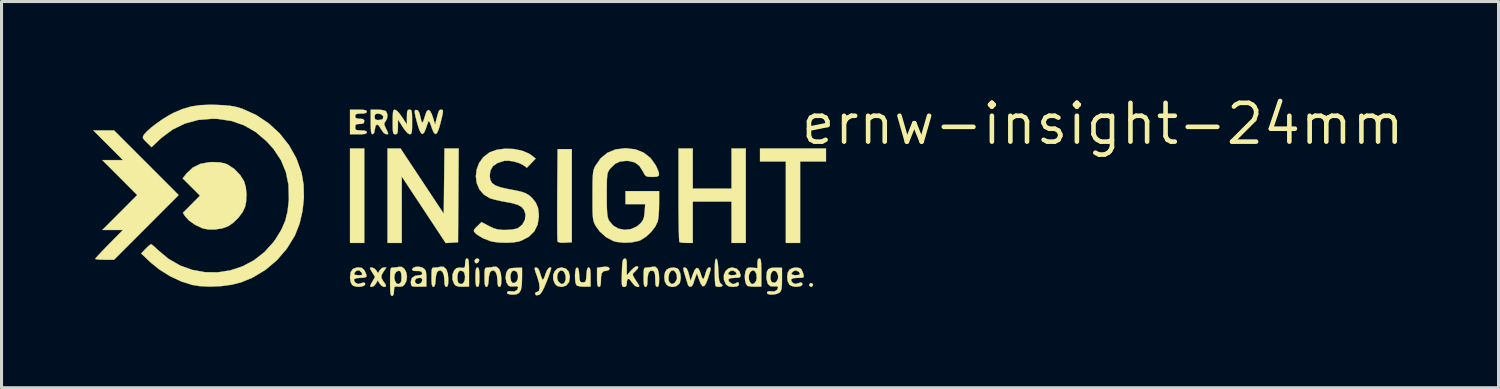
<source format=kicad_pcb>
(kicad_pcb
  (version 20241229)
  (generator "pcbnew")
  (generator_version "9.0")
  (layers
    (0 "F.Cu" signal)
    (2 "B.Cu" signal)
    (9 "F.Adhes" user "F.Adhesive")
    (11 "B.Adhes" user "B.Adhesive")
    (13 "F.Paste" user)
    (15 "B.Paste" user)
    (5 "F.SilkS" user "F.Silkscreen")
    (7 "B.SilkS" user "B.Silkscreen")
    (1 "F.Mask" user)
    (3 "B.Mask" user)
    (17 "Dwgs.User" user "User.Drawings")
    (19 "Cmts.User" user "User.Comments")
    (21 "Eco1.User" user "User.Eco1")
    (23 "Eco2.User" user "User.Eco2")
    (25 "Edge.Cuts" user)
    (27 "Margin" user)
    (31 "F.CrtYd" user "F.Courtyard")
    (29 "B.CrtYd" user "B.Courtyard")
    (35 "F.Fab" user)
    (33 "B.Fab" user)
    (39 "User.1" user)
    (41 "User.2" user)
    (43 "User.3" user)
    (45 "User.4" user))
  (footprint "ernw-insight-24mm"
    (layer "F.Cu")
    (at 33.045 1.006)
    (property "Reference" "ernw-insight-24mm" (at 0 0 0) (layer "F.SilkS") (effects (font (size 1.27 1.27) (thickness 0.15))))
    (attr through_hole)
    (fp_poly (pts (xy -24.172 3.895) (xy -24.638 3.895) (xy -24.638 0.804) (xy -24.172 0.804) (xy -24.172 3.895)) (stroke (width 0.01) (type solid)) (fill yes) (layer "F.SilkS"))
    (fp_poly (pts (xy -20.414 4.435) (xy -20.412 4.473) (xy -20.451 4.544) (xy -20.511 4.562) (xy -20.551 4.532) (xy -20.558 4.459) (xy -20.503 4.409) (xy -20.463 4.403) (xy -20.414 4.435)) (stroke (width 0.01) (type solid)) (fill yes) (layer "F.SilkS"))
    (fp_poly (pts (xy -9.49 5.241) (xy -9.483 5.271) (xy -9.517 5.327) (xy -9.546 5.334) (xy -9.602 5.3) (xy -9.61 5.271) (xy -9.576 5.214) (xy -9.546 5.207) (xy -9.49 5.241)) (stroke (width 0.01) (type solid)) (fill yes) (layer "F.SilkS"))
    (fp_poly (pts (xy -9.059 1.228) (xy -9.906 1.228) (xy -9.906 3.895) (xy -10.372 3.895) (xy -10.372 1.228) (xy -11.218 1.228) (xy -11.218 0.804) (xy -9.059 0.804) (xy -9.059 1.228)) (stroke (width 0.01) (type solid)) (fill yes) (layer "F.SilkS"))
    (fp_poly (pts (xy -17.378 3.873) (xy -17.601 3.886) (xy -17.753 3.886) (xy -17.832 3.861) (xy -17.845 3.844) (xy -17.849 3.79) (xy -17.853 3.661) (xy -17.855 3.468) (xy -17.857 3.22) (xy -17.857 2.928) (xy -17.856 2.602) (xy -17.855 2.307) (xy -17.843 0.826) (xy -17.378 0.826) (xy -17.378 3.873)) (stroke (width 0.01) (type solid)) (fill yes) (layer "F.SilkS"))
    (fp_poly (pts (xy -22.277 1.873) (xy -21.569 2.942) (xy -21.558 1.873) (xy -21.546 0.804) (xy -21.081 0.804) (xy -21.092 2.339) (xy -21.103 3.873) (xy -21.305 3.886) (xy -21.506 3.899) (xy -22.225 2.81) (xy -22.945 1.72) (xy -22.945 3.895) (xy -23.41 3.895) (xy -23.41 0.804) (xy -22.985 0.804) (xy -22.277 1.873)) (stroke (width 0.01) (type solid)) (fill yes) (layer "F.SilkS"))
    (fp_poly (pts (xy -20.435 4.716) (xy -20.415 4.776) (xy -20.406 4.895) (xy -20.405 5.016) (xy -20.408 5.184) (xy -20.42 5.282) (xy -20.444 5.327) (xy -20.468 5.334) (xy -20.502 5.317) (xy -20.521 5.257) (xy -20.53 5.138) (xy -20.532 5.016) (xy -20.528 4.849) (xy -20.516 4.751) (xy -20.493 4.706) (xy -20.468 4.699) (xy -20.435 4.716)) (stroke (width 0.01) (type solid)) (fill yes) (layer "F.SilkS"))
    (fp_poly (pts (xy -16.194 4.683) (xy -16.188 4.685) (xy -16.141 4.73) (xy -16.16 4.779) (xy -16.231 4.805) (xy -16.239 4.805) (xy -16.339 4.822) (xy -16.397 4.883) (xy -16.422 5.003) (xy -16.425 5.104) (xy -16.431 5.243) (xy -16.452 5.315) (xy -16.489 5.334) (xy -16.523 5.317) (xy -16.542 5.256) (xy -16.551 5.136) (xy -16.552 5.022) (xy -16.552 4.71) (xy -16.402 4.686) (xy -16.283 4.675) (xy -16.194 4.683)) (stroke (width 0.01) (type solid)) (fill yes) (layer "F.SilkS"))
    (fp_poly (pts (xy -31.305 1.27) (xy -30.248 2.328) (xy -31.305 3.387) (xy -32.363 4.445) (xy -32.67 4.445) (xy -32.819 4.442) (xy -32.929 4.432) (xy -32.977 4.419) (xy -32.978 4.418) (xy -32.949 4.379) (xy -32.872 4.292) (xy -32.755 4.168) (xy -32.609 4.016) (xy -32.525 3.931) (xy -32.072 3.471) (xy -32.744 3.471) (xy -31.603 2.328) (xy -32.744 1.185) (xy -32.069 1.185) (xy -32.554 0.699) (xy -33.04 0.212) (xy -32.363 0.212) (xy -31.305 1.27)) (stroke (width 0.01) (type solid)) (fill yes) (layer "F.SilkS"))
    (fp_poly (pts (xy -13.42 2.117) (xy -12.15 2.117) (xy -12.15 0.804) (xy -11.684 0.804) (xy -11.684 3.895) (xy -12.15 3.895) (xy -12.15 2.54) (xy -13.42 2.54) (xy -13.42 3.895) (xy -13.624 3.895) (xy -13.75 3.889) (xy -13.837 3.876) (xy -13.857 3.866) (xy -13.864 3.819) (xy -13.87 3.697) (xy -13.875 3.509) (xy -13.879 3.266) (xy -13.883 2.977) (xy -13.885 2.652) (xy -13.885 2.321) (xy -13.885 0.804) (xy -13.42 0.804) (xy -13.42 2.117)) (stroke (width 0.01) (type solid)) (fill yes) (layer "F.SilkS"))
    (fp_poly (pts (xy -12.647 4.413) (xy -12.616 4.464) (xy -12.595 4.594) (xy -12.582 4.806) (xy -12.582 4.808) (xy -12.571 5.008) (xy -12.552 5.137) (xy -12.524 5.205) (xy -12.508 5.219) (xy -12.454 5.27) (xy -12.446 5.294) (xy -12.481 5.323) (xy -12.558 5.334) (xy -12.638 5.324) (xy -12.672 5.306) (xy -12.683 5.254) (xy -12.693 5.137) (xy -12.699 4.973) (xy -12.7 4.837) (xy -12.697 4.63) (xy -12.689 4.497) (xy -12.673 4.428) (xy -12.649 4.413) (xy -12.647 4.413)) (stroke (width 0.01) (type solid)) (fill yes) (layer "F.SilkS"))
    (fp_poly (pts (xy -16.793 4.718) (xy -16.773 4.783) (xy -16.765 4.911) (xy -16.764 5.011) (xy -16.764 5.323) (xy -16.968 5.328) (xy -17.099 5.321) (xy -17.197 5.297) (xy -17.222 5.282) (xy -17.253 5.213) (xy -17.27 5.098) (xy -17.274 4.964) (xy -17.265 4.835) (xy -17.244 4.738) (xy -17.211 4.699) (xy -17.211 4.699) (xy -17.172 4.725) (xy -17.148 4.812) (xy -17.137 4.942) (xy -17.127 5.08) (xy -17.109 5.152) (xy -17.073 5.181) (xy -17.018 5.186) (xy -16.958 5.179) (xy -16.925 5.147) (xy -16.908 5.067) (xy -16.899 4.942) (xy -16.885 4.794) (xy -16.859 4.717) (xy -16.825 4.699) (xy -16.793 4.718)) (stroke (width 0.01) (type solid)) (fill yes) (layer "F.SilkS"))
    (fp_poly (pts (xy -17.574 4.735) (xy -17.48 4.836) (xy -17.442 4.994) (xy -17.441 5.016) (xy -17.472 5.18) (xy -17.56 5.289) (xy -17.697 5.333) (xy -17.716 5.334) (xy -17.851 5.307) (xy -17.926 5.24) (xy -17.988 5.095) (xy -17.989 5.04) (xy -17.86 5.04) (xy -17.83 5.141) (xy -17.798 5.183) (xy -17.718 5.242) (xy -17.652 5.228) (xy -17.613 5.189) (xy -17.577 5.092) (xy -17.582 4.968) (xy -17.622 4.857) (xy -17.666 4.809) (xy -17.746 4.796) (xy -17.81 4.845) (xy -17.85 4.933) (xy -17.86 5.04) (xy -17.989 5.04) (xy -17.989 4.947) (xy -17.936 4.818) (xy -17.838 4.729) (xy -17.716 4.699) (xy -17.574 4.735)) (stroke (width 0.01) (type solid)) (fill yes) (layer "F.SilkS"))
    (fp_poly (pts (xy -28.902 1.259) (xy -28.733 1.294) (xy -28.643 1.331) (xy -28.426 1.475) (xy -28.236 1.67) (xy -28.105 1.88) (xy -28.049 2.072) (xy -28.027 2.306) (xy -28.039 2.547) (xy -28.074 2.718) (xy -28.157 2.889) (xy -28.292 3.07) (xy -28.457 3.232) (xy -28.629 3.35) (xy -28.632 3.352) (xy -28.822 3.419) (xy -29.048 3.454) (xy -29.273 3.455) (xy -29.462 3.418) (xy -29.469 3.415) (xy -29.707 3.303) (xy -29.904 3.165) (xy -30.019 3.041) (xy -30.11 2.913) (xy -29.83 2.631) (xy -29.549 2.348) (xy -30.116 1.781) (xy -29.987 1.621) (xy -29.784 1.43) (xy -29.539 1.308) (xy -29.246 1.253) (xy -29.126 1.249) (xy -28.902 1.259)) (stroke (width 0.01) (type solid)) (fill yes) (layer "F.SilkS"))
    (fp_poly (pts (xy -23.534 4.822) (xy -23.604 4.942) (xy -23.611 5.037) (xy -23.555 5.141) (xy -23.537 5.165) (xy -23.469 5.264) (xy -23.463 5.317) (xy -23.516 5.334) (xy -23.528 5.334) (xy -23.602 5.301) (xy -23.668 5.226) (xy -23.733 5.119) (xy -23.79 5.226) (xy -23.858 5.305) (xy -23.927 5.334) (xy -23.972 5.328) (xy -23.978 5.298) (xy -23.942 5.225) (xy -23.912 5.171) (xy -23.818 5.009) (xy -23.914 4.854) (xy -23.971 4.757) (xy -23.985 4.713) (xy -23.955 4.7) (xy -23.927 4.699) (xy -23.842 4.732) (xy -23.782 4.793) (xy -23.719 4.887) (xy -23.669 4.793) (xy -23.599 4.72) (xy -23.533 4.699) (xy -23.447 4.699) (xy -23.534 4.822)) (stroke (width 0.01) (type solid)) (fill yes) (layer "F.SilkS"))
    (fp_poly (pts (xy -21.576 4.678) (xy -21.491 4.753) (xy -21.438 4.895) (xy -21.421 5.08) (xy -21.426 5.227) (xy -21.443 5.307) (xy -21.477 5.333) (xy -21.484 5.334) (xy -21.525 5.311) (xy -21.544 5.23) (xy -21.548 5.13) (xy -21.564 4.96) (xy -21.609 4.844) (xy -21.676 4.793) (xy -21.746 4.809) (xy -21.797 4.868) (xy -21.825 4.98) (xy -21.836 5.095) (xy -21.85 5.242) (xy -21.877 5.317) (xy -21.91 5.334) (xy -21.942 5.316) (xy -21.961 5.251) (xy -21.97 5.124) (xy -21.971 5.017) (xy -21.969 4.856) (xy -21.961 4.761) (xy -21.941 4.716) (xy -21.903 4.703) (xy -21.876 4.703) (xy -21.753 4.693) (xy -21.689 4.678) (xy -21.576 4.678)) (stroke (width 0.01) (type solid)) (fill yes) (layer "F.SilkS"))
    (fp_poly (pts (xy -19.841 4.678) (xy -19.755 4.753) (xy -19.702 4.895) (xy -19.685 5.08) (xy -19.69 5.227) (xy -19.707 5.307) (xy -19.741 5.333) (xy -19.748 5.334) (xy -19.789 5.311) (xy -19.808 5.23) (xy -19.812 5.13) (xy -19.828 4.96) (xy -19.873 4.844) (xy -19.94 4.793) (xy -20.011 4.809) (xy -20.061 4.868) (xy -20.09 4.98) (xy -20.1 5.095) (xy -20.114 5.242) (xy -20.141 5.317) (xy -20.174 5.334) (xy -20.207 5.316) (xy -20.226 5.251) (xy -20.234 5.124) (xy -20.235 5.017) (xy -20.234 4.856) (xy -20.225 4.761) (xy -20.205 4.716) (xy -20.167 4.703) (xy -20.14 4.703) (xy -20.017 4.693) (xy -19.953 4.678) (xy -19.841 4.678)) (stroke (width 0.01) (type solid)) (fill yes) (layer "F.SilkS"))
    (fp_poly (pts (xy -13.93 4.727) (xy -13.888 4.759) (xy -13.829 4.885) (xy -13.811 5.042) (xy -13.839 5.187) (xy -13.86 5.227) (xy -13.959 5.31) (xy -14.089 5.336) (xy -14.218 5.305) (xy -14.281 5.257) (xy -14.335 5.147) (xy -14.35 5.007) (xy -14.216 5.007) (xy -14.209 5.127) (xy -14.179 5.189) (xy -14.111 5.243) (xy -14.042 5.225) (xy -13.994 5.183) (xy -13.935 5.07) (xy -13.943 4.935) (xy -13.989 4.845) (xy -14.05 4.789) (xy -14.118 4.804) (xy -14.126 4.809) (xy -14.187 4.888) (xy -14.216 5.007) (xy -14.35 5.007) (xy -14.351 5.004) (xy -14.329 4.865) (xy -14.274 4.769) (xy -14.17 4.716) (xy -14.042 4.701) (xy -13.93 4.727)) (stroke (width 0.01) (type solid)) (fill yes) (layer "F.SilkS"))
    (fp_poly (pts (xy -14.569 4.75) (xy -14.529 4.901) (xy -14.52 5.062) (xy -14.525 5.215) (xy -14.54 5.3) (xy -14.57 5.332) (xy -14.584 5.334) (xy -14.621 5.314) (xy -14.641 5.244) (xy -14.647 5.108) (xy -14.647 5.085) (xy -14.653 4.933) (xy -14.675 4.847) (xy -14.716 4.809) (xy -14.716 4.809) (xy -14.809 4.806) (xy -14.87 4.882) (xy -14.899 5.032) (xy -14.901 5.106) (xy -14.907 5.245) (xy -14.928 5.316) (xy -14.965 5.334) (xy -14.998 5.317) (xy -15.018 5.257) (xy -15.027 5.138) (xy -15.028 5.017) (xy -15.027 4.856) (xy -15.018 4.761) (xy -14.998 4.716) (xy -14.96 4.703) (xy -14.933 4.703) (xy -14.812 4.693) (xy -14.749 4.678) (xy -14.642 4.676) (xy -14.569 4.75)) (stroke (width 0.01) (type solid)) (fill yes) (layer "F.SilkS"))
    (fp_poly (pts (xy -18.054 4.708) (xy -18.06 4.752) (xy -18.093 4.858) (xy -18.146 5.009) (xy -18.197 5.143) (xy -18.288 5.362) (xy -18.363 5.505) (xy -18.425 5.58) (xy -18.446 5.592) (xy -18.526 5.608) (xy -18.559 5.599) (xy -18.583 5.539) (xy -18.536 5.504) (xy -18.522 5.503) (xy -18.455 5.468) (xy -18.431 5.368) (xy -18.448 5.212) (xy -18.507 5.009) (xy -18.513 4.993) (xy -18.567 4.843) (xy -18.592 4.754) (xy -18.589 4.712) (xy -18.561 4.7) (xy -18.545 4.699) (xy -18.485 4.729) (xy -18.434 4.827) (xy -18.415 4.891) (xy -18.377 5.008) (xy -18.342 5.086) (xy -18.33 5.101) (xy -18.302 5.077) (xy -18.264 4.991) (xy -18.244 4.927) (xy -18.193 4.795) (xy -18.132 4.713) (xy -18.072 4.695) (xy -18.054 4.708)) (stroke (width 0.01) (type solid)) (fill yes) (layer "F.SilkS"))
    (fp_poly (pts (xy -24.208 -0.461) (xy -24.123 -0.446) (xy -24.09 -0.417) (xy -24.088 -0.402) (xy -24.113 -0.36) (xy -24.197 -0.341) (xy -24.278 -0.339) (xy -24.397 -0.333) (xy -24.454 -0.31) (xy -24.469 -0.26) (xy -24.469 -0.254) (xy -24.452 -0.196) (xy -24.387 -0.172) (xy -24.32 -0.169) (xy -24.218 -0.16) (xy -24.177 -0.123) (xy -24.172 -0.085) (xy -24.189 -0.026) (xy -24.254 -0.003) (xy -24.32 0) (xy -24.421 0.008) (xy -24.462 0.043) (xy -24.469 0.106) (xy -24.461 0.171) (xy -24.422 0.202) (xy -24.33 0.211) (xy -24.278 0.212) (xy -24.153 0.22) (xy -24.095 0.248) (xy -24.088 0.275) (xy -24.106 0.311) (xy -24.172 0.331) (xy -24.3 0.338) (xy -24.363 0.339) (xy -24.638 0.339) (xy -24.638 -0.466) (xy -24.363 -0.466) (xy -24.208 -0.461)) (stroke (width 0.01) (type solid)) (fill yes) (layer "F.SilkS"))
    (fp_poly (pts (xy -22.651 -0.46) (xy -22.626 -0.431) (xy -22.613 -0.364) (xy -22.607 -0.243) (xy -22.606 -0.064) (xy -22.607 0.124) (xy -22.614 0.242) (xy -22.629 0.307) (xy -22.654 0.334) (xy -22.684 0.339) (xy -22.755 0.301) (xy -22.849 0.193) (xy -22.916 0.095) (xy -23.069 -0.148) (xy -23.07 0.095) (xy -23.074 0.234) (xy -23.09 0.307) (xy -23.123 0.335) (xy -23.156 0.339) (xy -23.196 0.333) (xy -23.221 0.304) (xy -23.234 0.237) (xy -23.24 0.116) (xy -23.241 -0.064) (xy -23.239 -0.252) (xy -23.232 -0.371) (xy -23.218 -0.435) (xy -23.192 -0.462) (xy -23.167 -0.465) (xy -23.104 -0.43) (xy -23.017 -0.336) (xy -22.935 -0.222) (xy -22.776 0.021) (xy -22.776 -0.222) (xy -22.772 -0.361) (xy -22.757 -0.434) (xy -22.724 -0.462) (xy -22.691 -0.466) (xy -22.651 -0.46)) (stroke (width 0.01) (type solid)) (fill yes) (layer "F.SilkS"))
    (fp_poly (pts (xy -20.778 4.416) (xy -20.76 4.465) (xy -20.749 4.564) (xy -20.744 4.725) (xy -20.743 4.863) (xy -20.743 5.323) (xy -20.953 5.328) (xy -21.091 5.323) (xy -21.174 5.295) (xy -21.228 5.239) (xy -21.285 5.092) (xy -21.285 5.083) (xy -21.125 5.083) (xy -21.105 5.18) (xy -21.071 5.221) (xy -20.995 5.243) (xy -20.943 5.219) (xy -20.921 5.199) (xy -20.881 5.112) (xy -20.873 4.992) (xy -20.895 4.88) (xy -20.928 4.83) (xy -21.014 4.802) (xy -21.055 4.809) (xy -21.099 4.864) (xy -21.122 4.967) (xy -21.125 5.083) (xy -21.285 5.083) (xy -21.282 4.925) (xy -21.225 4.789) (xy -21.153 4.72) (xy -21.054 4.704) (xy -21.013 4.708) (xy -20.92 4.714) (xy -20.88 4.687) (xy -20.871 4.604) (xy -20.87 4.564) (xy -20.859 4.449) (xy -20.821 4.404) (xy -20.807 4.403) (xy -20.778 4.416)) (stroke (width 0.01) (type solid)) (fill yes) (layer "F.SilkS"))
    (fp_poly (pts (xy -11.989 4.735) (xy -11.891 4.83) (xy -11.853 4.962) (xy -11.87 5.01) (xy -11.932 5.033) (xy -12.041 5.038) (xy -12.188 5.05) (xy -12.253 5.087) (xy -12.24 5.149) (xy -12.211 5.182) (xy -12.11 5.244) (xy -12.016 5.223) (xy -11.994 5.203) (xy -11.942 5.18) (xy -11.919 5.203) (xy -11.908 5.274) (xy -11.974 5.319) (xy -12.107 5.334) (xy -12.241 5.317) (xy -12.326 5.256) (xy -12.338 5.24) (xy -12.4 5.095) (xy -12.401 4.947) (xy -12.373 4.878) (xy -12.259 4.878) (xy -12.254 4.927) (xy -12.17 4.952) (xy -12.132 4.953) (xy -12.033 4.944) (xy -11.982 4.921) (xy -11.98 4.916) (xy -12.016 4.845) (xy -12.095 4.801) (xy -12.178 4.807) (xy -12.182 4.81) (xy -12.259 4.878) (xy -12.373 4.878) (xy -12.348 4.818) (xy -12.25 4.729) (xy -12.129 4.699) (xy -11.989 4.735)) (stroke (width 0.01) (type solid)) (fill yes) (layer "F.SilkS"))
    (fp_poly (pts (xy -11.211 4.416) (xy -11.192 4.465) (xy -11.181 4.564) (xy -11.177 4.725) (xy -11.176 4.863) (xy -11.176 5.323) (xy -11.377 5.327) (xy -11.509 5.323) (xy -11.609 5.307) (xy -11.634 5.297) (xy -11.681 5.226) (xy -11.709 5.103) (xy -11.711 5.071) (xy -11.586 5.071) (xy -11.565 5.142) (xy -11.512 5.229) (xy -11.455 5.243) (xy -11.404 5.217) (xy -11.346 5.142) (xy -11.324 5.036) (xy -11.334 4.925) (xy -11.372 4.834) (xy -11.434 4.791) (xy -11.461 4.792) (xy -11.537 4.844) (xy -11.582 4.948) (xy -11.586 5.071) (xy -11.711 5.071) (xy -11.715 4.961) (xy -11.694 4.831) (xy -11.687 4.811) (xy -11.648 4.734) (xy -11.591 4.703) (xy -11.485 4.705) (xy -11.472 4.706) (xy -11.303 4.722) (xy -11.303 4.563) (xy -11.291 4.448) (xy -11.253 4.404) (xy -11.239 4.403) (xy -11.211 4.416)) (stroke (width 0.01) (type solid)) (fill yes) (layer "F.SilkS"))
    (fp_poly (pts (xy -22.263 4.707) (xy -22.244 4.717) (xy -22.187 4.765) (xy -22.155 4.828) (xy -22.142 4.93) (xy -22.14 5.054) (xy -22.14 5.323) (xy -22.366 5.328) (xy -22.498 5.326) (xy -22.593 5.316) (xy -22.62 5.305) (xy -22.641 5.246) (xy -22.648 5.159) (xy -22.64 5.131) (xy -22.515 5.131) (xy -22.504 5.191) (xy -22.45 5.241) (xy -22.371 5.239) (xy -22.301 5.192) (xy -22.275 5.133) (xy -22.281 5.061) (xy -22.343 5.038) (xy -22.368 5.038) (xy -22.475 5.062) (xy -22.515 5.131) (xy -22.64 5.131) (xy -22.613 5.042) (xy -22.51 4.972) (xy -22.373 4.953) (xy -22.291 4.939) (xy -22.275 4.887) (xy -22.276 4.879) (xy -22.309 4.829) (xy -22.393 4.813) (xy -22.449 4.814) (xy -22.562 4.809) (xy -22.605 4.774) (xy -22.606 4.765) (xy -22.57 4.708) (xy -22.481 4.677) (xy -22.369 4.676) (xy -22.263 4.707)) (stroke (width 0.01) (type solid)) (fill yes) (layer "F.SilkS"))
    (fp_poly (pts (xy -24.248 4.715) (xy -24.177 4.78) (xy -24.152 4.824) (xy -24.101 4.94) (xy -24.104 5.004) (xy -24.173 5.032) (xy -24.299 5.038) (xy -24.444 5.051) (xy -24.511 5.091) (xy -24.499 5.154) (xy -24.446 5.208) (xy -24.371 5.24) (xy -24.278 5.215) (xy -24.188 5.19) (xy -24.147 5.213) (xy -24.147 5.269) (xy -24.207 5.308) (xy -24.304 5.329) (xy -24.415 5.328) (xy -24.517 5.303) (xy -24.571 5.267) (xy -24.618 5.174) (xy -24.638 5.029) (xy -24.638 5.016) (xy -24.622 4.902) (xy -24.507 4.902) (xy -24.479 4.94) (xy -24.372 4.953) (xy -24.361 4.953) (xy -24.265 4.948) (xy -24.235 4.925) (xy -24.257 4.869) (xy -24.257 4.868) (xy -24.329 4.793) (xy -24.416 4.8) (xy -24.46 4.834) (xy -24.507 4.902) (xy -24.622 4.902) (xy -24.615 4.848) (xy -24.541 4.745) (xy -24.413 4.701) (xy -24.361 4.699) (xy -24.248 4.715)) (stroke (width 0.01) (type solid)) (fill yes) (layer "F.SilkS"))
    (fp_poly (pts (xy -15.613 4.413) (xy -15.59 4.452) (xy -15.581 4.543) (xy -15.579 4.676) (xy -15.579 4.956) (xy -15.447 4.806) (xy -15.357 4.717) (xy -15.28 4.664) (xy -15.257 4.657) (xy -15.203 4.677) (xy -15.223 4.738) (xy -15.304 4.826) (xy -15.355 4.874) (xy -15.382 4.911) (xy -15.378 4.957) (xy -15.342 5.029) (xy -15.268 5.145) (xy -15.214 5.228) (xy -15.171 5.302) (xy -15.179 5.33) (xy -15.232 5.334) (xy -15.317 5.296) (xy -15.405 5.193) (xy -15.409 5.186) (xy -15.486 5.087) (xy -15.542 5.068) (xy -15.573 5.13) (xy -15.579 5.209) (xy -15.592 5.301) (xy -15.644 5.333) (xy -15.665 5.334) (xy -15.703 5.329) (xy -15.727 5.305) (xy -15.74 5.247) (xy -15.744 5.14) (xy -15.741 4.969) (xy -15.739 4.879) (xy -15.732 4.675) (xy -15.722 4.541) (xy -15.706 4.462) (xy -15.682 4.423) (xy -15.653 4.411) (xy -15.613 4.413)) (stroke (width 0.01) (type solid)) (fill yes) (layer "F.SilkS"))
    (fp_poly (pts (xy -9.917 4.721) (xy -9.872 4.752) (xy -9.829 4.832) (xy -9.799 4.921) (xy -9.786 4.99) (xy -9.803 5.024) (xy -9.87 5.036) (xy -9.986 5.038) (xy -10.133 5.051) (xy -10.202 5.09) (xy -10.191 5.152) (xy -10.138 5.208) (xy -10.062 5.24) (xy -9.97 5.215) (xy -9.879 5.19) (xy -9.839 5.213) (xy -9.836 5.27) (xy -9.894 5.31) (xy -9.989 5.329) (xy -10.099 5.326) (xy -10.2 5.298) (xy -10.259 5.257) (xy -10.313 5.147) (xy -10.329 5.004) (xy -10.31 4.878) (xy -10.185 4.878) (xy -10.18 4.927) (xy -10.096 4.952) (xy -10.058 4.953) (xy -9.958 4.944) (xy -9.908 4.921) (xy -9.906 4.916) (xy -9.941 4.845) (xy -10.021 4.801) (xy -10.103 4.807) (xy -10.108 4.81) (xy -10.185 4.878) (xy -10.31 4.878) (xy -10.308 4.865) (xy -10.252 4.769) (xy -10.151 4.717) (xy -10.027 4.701) (xy -9.917 4.721)) (stroke (width 0.01) (type solid)) (fill yes) (layer "F.SilkS"))
    (fp_poly (pts (xy -19.008 5.053) (xy -19.016 5.279) (xy -19.045 5.435) (xy -19.102 5.53) (xy -19.193 5.577) (xy -19.304 5.588) (xy -19.415 5.579) (xy -19.486 5.556) (xy -19.493 5.549) (xy -19.492 5.498) (xy -19.433 5.473) (xy -19.344 5.483) (xy -19.243 5.481) (xy -19.162 5.425) (xy -19.135 5.351) (xy -19.162 5.314) (xy -19.251 5.317) (xy -19.262 5.319) (xy -19.381 5.321) (xy -19.451 5.293) (xy -19.515 5.192) (xy -19.544 5.05) (xy -19.539 4.993) (xy -19.389 4.993) (xy -19.371 5.134) (xy -19.321 5.206) (xy -19.246 5.203) (xy -19.185 5.156) (xy -19.143 5.066) (xy -19.14 4.949) (xy -19.175 4.85) (xy -19.193 4.83) (xy -19.279 4.795) (xy -19.347 4.834) (xy -19.385 4.937) (xy -19.389 4.993) (xy -19.539 4.993) (xy -19.53 4.902) (xy -19.509 4.84) (xy -19.465 4.769) (xy -19.405 4.731) (xy -19.301 4.716) (xy -19.229 4.713) (xy -19.008 4.706) (xy -19.008 5.053)) (stroke (width 0.01) (type solid)) (fill yes) (layer "F.SilkS"))
    (fp_poly (pts (xy -22.939 4.681) (xy -22.855 4.748) (xy -22.798 4.859) (xy -22.775 4.996) (xy -22.793 5.137) (xy -22.844 5.244) (xy -22.916 5.313) (xy -23.015 5.329) (xy -23.056 5.325) (xy -23.149 5.319) (xy -23.189 5.346) (xy -23.198 5.429) (xy -23.199 5.47) (xy -23.21 5.584) (xy -23.248 5.629) (xy -23.262 5.63) (xy -23.291 5.617) (xy -23.309 5.568) (xy -23.32 5.47) (xy -23.325 5.31) (xy -23.326 5.165) (xy -23.325 5.051) (xy -23.189 5.051) (xy -23.165 5.142) (xy -23.113 5.228) (xy -23.054 5.242) (xy -22.995 5.213) (xy -22.958 5.141) (xy -22.952 5) (xy -22.953 4.991) (xy -22.968 4.872) (xy -22.999 4.817) (xy -23.049 4.805) (xy -23.129 4.841) (xy -23.179 4.932) (xy -23.189 5.051) (xy -23.325 5.051) (xy -23.325 4.962) (xy -23.321 4.829) (xy -23.31 4.751) (xy -23.29 4.714) (xy -23.258 4.703) (xy -23.23 4.703) (xy -23.108 4.693) (xy -23.044 4.678) (xy -22.939 4.681)) (stroke (width 0.01) (type solid)) (fill yes) (layer "F.SilkS"))
    (fp_poly (pts (xy -10.499 4.71) (xy -10.499 5.079) (xy -10.502 5.267) (xy -10.513 5.39) (xy -10.537 5.467) (xy -10.576 5.518) (xy -10.576 5.518) (xy -10.661 5.561) (xy -10.778 5.584) (xy -10.894 5.585) (xy -10.973 5.56) (xy -10.984 5.549) (xy -10.983 5.498) (xy -10.924 5.473) (xy -10.835 5.483) (xy -10.734 5.481) (xy -10.653 5.425) (xy -10.626 5.351) (xy -10.654 5.313) (xy -10.746 5.318) (xy -10.876 5.313) (xy -10.961 5.237) (xy -11.002 5.088) (xy -11.006 5.007) (xy -10.878 5.007) (xy -10.87 5.11) (xy -10.835 5.175) (xy -10.827 5.179) (xy -10.75 5.201) (xy -10.698 5.177) (xy -10.676 5.156) (xy -10.629 5.07) (xy -10.625 4.97) (xy -10.655 4.878) (xy -10.709 4.815) (xy -10.778 4.805) (xy -10.816 4.826) (xy -10.859 4.9) (xy -10.878 5.007) (xy -11.006 5.007) (xy -11.007 4.997) (xy -10.994 4.843) (xy -10.945 4.753) (xy -10.844 4.712) (xy -10.697 4.706) (xy -10.499 4.71)) (stroke (width 0.01) (type solid)) (fill yes) (layer "F.SilkS"))
    (fp_poly (pts (xy -23.6 -0.457) (xy -23.495 -0.433) (xy -23.461 -0.415) (xy -23.416 -0.318) (xy -23.421 -0.194) (xy -23.473 -0.085) (xy -23.477 -0.081) (xy -23.514 -0.029) (xy -23.515 0.029) (xy -23.477 0.121) (xy -23.455 0.165) (xy -23.403 0.271) (xy -23.389 0.322) (xy -23.413 0.337) (xy -23.451 0.339) (xy -23.536 0.296) (xy -23.622 0.17) (xy -23.623 0.167) (xy -23.698 0.051) (xy -23.759 0.018) (xy -23.803 0.066) (xy -23.826 0.183) (xy -23.851 0.299) (xy -23.9 0.339) (xy -23.929 0.322) (xy -23.948 0.264) (xy -23.957 0.151) (xy -23.961 -0.032) (xy -23.961 -0.064) (xy -23.961 -0.233) (xy -23.834 -0.233) (xy -23.82 -0.157) (xy -23.76 -0.129) (xy -23.709 -0.127) (xy -23.612 -0.139) (xy -23.561 -0.166) (xy -23.551 -0.245) (xy -23.605 -0.31) (xy -23.706 -0.339) (xy -23.711 -0.339) (xy -23.8 -0.326) (xy -23.831 -0.274) (xy -23.834 -0.233) (xy -23.961 -0.233) (xy -23.961 -0.466) (xy -23.736 -0.466) (xy -23.6 -0.457)) (stroke (width 0.01) (type solid)) (fill yes) (layer "F.SilkS"))
    (fp_poly (pts (xy -12.852 4.702) (xy -12.834 4.722) (xy -12.838 4.774) (xy -12.866 4.874) (xy -12.918 5.039) (xy -12.92 5.047) (xy -12.985 5.218) (xy -13.043 5.306) (xy -13.099 5.312) (xy -13.156 5.235) (xy -13.21 5.101) (xy -13.283 4.889) (xy -13.33 5.008) (xy -13.374 5.134) (xy -13.403 5.23) (xy -13.448 5.31) (xy -13.511 5.333) (xy -13.565 5.292) (xy -13.571 5.279) (xy -13.593 5.211) (xy -13.632 5.09) (xy -13.671 4.961) (xy -13.712 4.82) (xy -13.728 4.741) (xy -13.718 4.707) (xy -13.684 4.699) (xy -13.678 4.699) (xy -13.624 4.728) (xy -13.577 4.823) (xy -13.548 4.921) (xy -13.491 5.144) (xy -13.42 4.932) (xy -13.356 4.781) (xy -13.295 4.714) (xy -13.237 4.731) (xy -13.183 4.832) (xy -13.166 4.888) (xy -13.128 5.001) (xy -13.094 5.07) (xy -13.081 5.08) (xy -13.052 5.043) (xy -13.017 4.949) (xy -13.001 4.889) (xy -12.955 4.761) (xy -12.903 4.702) (xy -12.89 4.699) (xy -12.852 4.702)) (stroke (width 0.01) (type solid)) (fill yes) (layer "F.SilkS"))
    (fp_poly (pts (xy -21.618 -0.461) (xy -21.598 -0.439) (xy -21.598 -0.385) (xy -21.616 -0.284) (xy -21.654 -0.123) (xy -21.68 -0.018) (xy -21.738 0.182) (xy -21.792 0.298) (xy -21.844 0.332) (xy -21.897 0.283) (xy -21.954 0.154) (xy -21.976 0.084) (xy -22.02 -0.038) (xy -22.055 -0.093) (xy -22.072 -0.085) (xy -22.101 -0.006) (xy -22.143 0.113) (xy -22.155 0.148) (xy -22.209 0.277) (xy -22.26 0.33) (xy -22.311 0.305) (xy -22.366 0.201) (xy -22.427 0.015) (xy -22.445 -0.051) (xy -22.493 -0.236) (xy -22.518 -0.355) (xy -22.52 -0.423) (xy -22.503 -0.453) (xy -22.488 -0.459) (xy -22.42 -0.446) (xy -22.369 -0.364) (xy -22.33 -0.206) (xy -22.329 -0.202) (xy -22.305 -0.1) (xy -22.278 -0.045) (xy -22.272 -0.042) (xy -22.245 -0.08) (xy -22.209 -0.175) (xy -22.186 -0.256) (xy -22.136 -0.399) (xy -22.081 -0.457) (xy -22.023 -0.431) (xy -21.963 -0.322) (xy -21.924 -0.211) (xy -21.854 0.021) (xy -21.805 -0.169) (xy -21.764 -0.322) (xy -21.734 -0.411) (xy -21.708 -0.453) (xy -21.675 -0.465) (xy -21.655 -0.466) (xy -21.618 -0.461)) (stroke (width 0.01) (type solid)) (fill yes) (layer "F.SilkS"))
    (fp_poly (pts (xy -19.281 0.821) (xy -19.016 0.874) (xy -18.788 0.967) (xy -18.69 1.033) (xy -18.563 1.136) (xy -18.706 1.285) (xy -18.849 1.434) (xy -18.96 1.353) (xy -19.099 1.283) (xy -19.277 1.23) (xy -19.457 1.203) (xy -19.591 1.209) (xy -19.813 1.28) (xy -19.961 1.383) (xy -20.043 1.526) (xy -20.065 1.702) (xy -20.047 1.834) (xy -19.989 1.936) (xy -19.881 2.014) (xy -19.711 2.077) (xy -19.469 2.131) (xy -19.421 2.14) (xy -19.179 2.185) (xy -19.004 2.229) (xy -18.875 2.277) (xy -18.776 2.337) (xy -18.688 2.415) (xy -18.679 2.424) (xy -18.556 2.579) (xy -18.486 2.745) (xy -18.459 2.953) (xy -18.457 3.034) (xy -18.496 3.295) (xy -18.607 3.517) (xy -18.787 3.694) (xy -19.03 3.82) (xy -19.117 3.848) (xy -19.296 3.879) (xy -19.52 3.89) (xy -19.752 3.883) (xy -19.957 3.857) (xy -20.045 3.835) (xy -20.289 3.74) (xy -20.472 3.631) (xy -20.542 3.568) (xy -20.583 3.515) (xy -20.581 3.469) (xy -20.529 3.404) (xy -20.475 3.351) (xy -20.334 3.214) (xy -20.09 3.343) (xy -19.931 3.418) (xy -19.79 3.457) (xy -19.624 3.471) (xy -19.552 3.471) (xy -19.348 3.46) (xy -19.187 3.428) (xy -19.133 3.407) (xy -18.997 3.294) (xy -18.913 3.138) (xy -18.895 2.966) (xy -18.899 2.944) (xy -18.942 2.814) (xy -19.023 2.716) (xy -19.156 2.644) (xy -19.353 2.589) (xy -19.508 2.56) (xy -19.704 2.524) (xy -19.888 2.482) (xy -20.031 2.442) (xy -20.065 2.429) (xy -20.262 2.31) (xy -20.404 2.142) (xy -20.489 1.94) (xy -20.519 1.719) (xy -20.493 1.494) (xy -20.412 1.279) (xy -20.276 1.09) (xy -20.084 0.941) (xy -20.053 0.924) (xy -19.824 0.844) (xy -19.558 0.811) (xy -19.281 0.821)) (stroke (width 0.01) (type solid)) (fill yes) (layer "F.SilkS"))
    (fp_poly (pts (xy -15.296 0.833) (xy -15.025 0.941) (xy -14.801 1.117) (xy -14.629 1.358) (xy -14.582 1.459) (xy -14.529 1.601) (xy -14.526 1.684) (xy -14.581 1.724) (xy -14.704 1.734) (xy -14.743 1.734) (xy -14.874 1.73) (xy -14.95 1.708) (xy -15.001 1.65) (xy -15.05 1.556) (xy -15.167 1.372) (xy -15.316 1.261) (xy -15.511 1.213) (xy -15.597 1.209) (xy -15.8 1.23) (xy -15.964 1.308) (xy -16.113 1.453) (xy -16.148 1.498) (xy -16.18 1.548) (xy -16.203 1.606) (xy -16.219 1.687) (xy -16.228 1.804) (xy -16.233 1.973) (xy -16.235 2.206) (xy -16.235 2.321) (xy -16.234 2.593) (xy -16.229 2.794) (xy -16.22 2.939) (xy -16.204 3.042) (xy -16.182 3.118) (xy -16.16 3.164) (xy -16.028 3.325) (xy -15.853 3.427) (xy -15.652 3.467) (xy -15.445 3.444) (xy -15.25 3.356) (xy -15.133 3.259) (xy -15.059 3.165) (xy -15.017 3.057) (xy -14.996 2.904) (xy -14.994 2.879) (xy -14.976 2.625) (xy -15.621 2.625) (xy -15.621 2.201) (xy -14.52 2.201) (xy -14.521 2.614) (xy -14.525 2.814) (xy -14.538 3.001) (xy -14.557 3.146) (xy -14.566 3.191) (xy -14.647 3.362) (xy -14.783 3.537) (xy -14.951 3.693) (xy -15.128 3.804) (xy -15.187 3.828) (xy -15.418 3.878) (xy -15.675 3.889) (xy -15.918 3.861) (xy -16.018 3.833) (xy -16.258 3.706) (xy -16.468 3.517) (xy -16.595 3.341) (xy -16.632 3.272) (xy -16.659 3.207) (xy -16.678 3.131) (xy -16.69 3.03) (xy -16.697 2.89) (xy -16.7 2.698) (xy -16.7 2.439) (xy -16.701 2.349) (xy -16.7 2.066) (xy -16.697 1.853) (xy -16.691 1.697) (xy -16.68 1.585) (xy -16.663 1.502) (xy -16.638 1.434) (xy -16.609 1.376) (xy -16.433 1.124) (xy -16.214 0.945) (xy -15.95 0.836) (xy -15.638 0.797) (xy -15.611 0.797) (xy -15.296 0.833)) (stroke (width 0.01) (type solid)) (fill yes) (layer "F.SilkS"))
    (fp_poly (pts (xy -28.998 -0.623) (xy -28.742 -0.61) (xy -28.544 -0.59) (xy -28.378 -0.56) (xy -28.218 -0.514) (xy -28.156 -0.493) (xy -27.707 -0.29) (xy -27.299 -0.018) (xy -26.939 0.314) (xy -26.635 0.698) (xy -26.395 1.125) (xy -26.228 1.586) (xy -26.222 1.609) (xy -26.157 1.998) (xy -26.148 2.422) (xy -26.194 2.854) (xy -26.291 3.269) (xy -26.437 3.64) (xy -26.443 3.654) (xy -26.705 4.081) (xy -27.029 4.458) (xy -27.407 4.778) (xy -27.829 5.031) (xy -28.198 5.183) (xy -28.508 5.262) (xy -28.861 5.31) (xy -29.225 5.326) (xy -29.569 5.308) (xy -29.798 5.271) (xy -30.16 5.157) (xy -30.532 4.982) (xy -30.882 4.763) (xy -31.162 4.536) (xy -31.475 4.241) (xy -31.329 4.089) (xy -31.239 4.001) (xy -31.17 3.946) (xy -31.15 3.937) (xy -31.105 3.965) (xy -31.021 4.037) (xy -30.93 4.124) (xy -30.584 4.414) (xy -30.206 4.632) (xy -29.804 4.778) (xy -29.389 4.853) (xy -28.97 4.858) (xy -28.556 4.794) (xy -28.157 4.662) (xy -27.782 4.463) (xy -27.441 4.197) (xy -27.142 3.866) (xy -27.07 3.765) (xy -26.886 3.463) (xy -26.76 3.175) (xy -26.683 2.869) (xy -26.643 2.518) (xy -26.64 2.455) (xy -26.652 1.995) (xy -26.737 1.576) (xy -26.897 1.189) (xy -27.136 0.827) (xy -27.367 0.57) (xy -27.721 0.268) (xy -28.103 0.047) (xy -28.516 -0.097) (xy -28.964 -0.164) (xy -29.147 -0.169) (xy -29.611 -0.13) (xy -30.045 -0.011) (xy -30.447 0.185) (xy -30.814 0.458) (xy -30.876 0.516) (xy -31.134 0.761) (xy -31.291 0.607) (xy -31.381 0.515) (xy -31.419 0.456) (xy -31.412 0.404) (xy -31.381 0.351) (xy -31.29 0.248) (xy -31.145 0.119) (xy -30.962 -0.022) (xy -30.762 -0.161) (xy -30.563 -0.283) (xy -30.42 -0.36) (xy -30.131 -0.484) (xy -29.854 -0.567) (xy -29.563 -0.613) (xy -29.233 -0.628) (xy -28.998 -0.623)) (stroke (width 0.01) (type solid)) (fill yes) (layer "F.SilkS")))
  (gr_rect
    (start -3 -3)
    (end 46 9.642)
    (stroke (width 0.1) (type default))
    (fill no)
    (layer "Edge.Cuts")))
</source>
